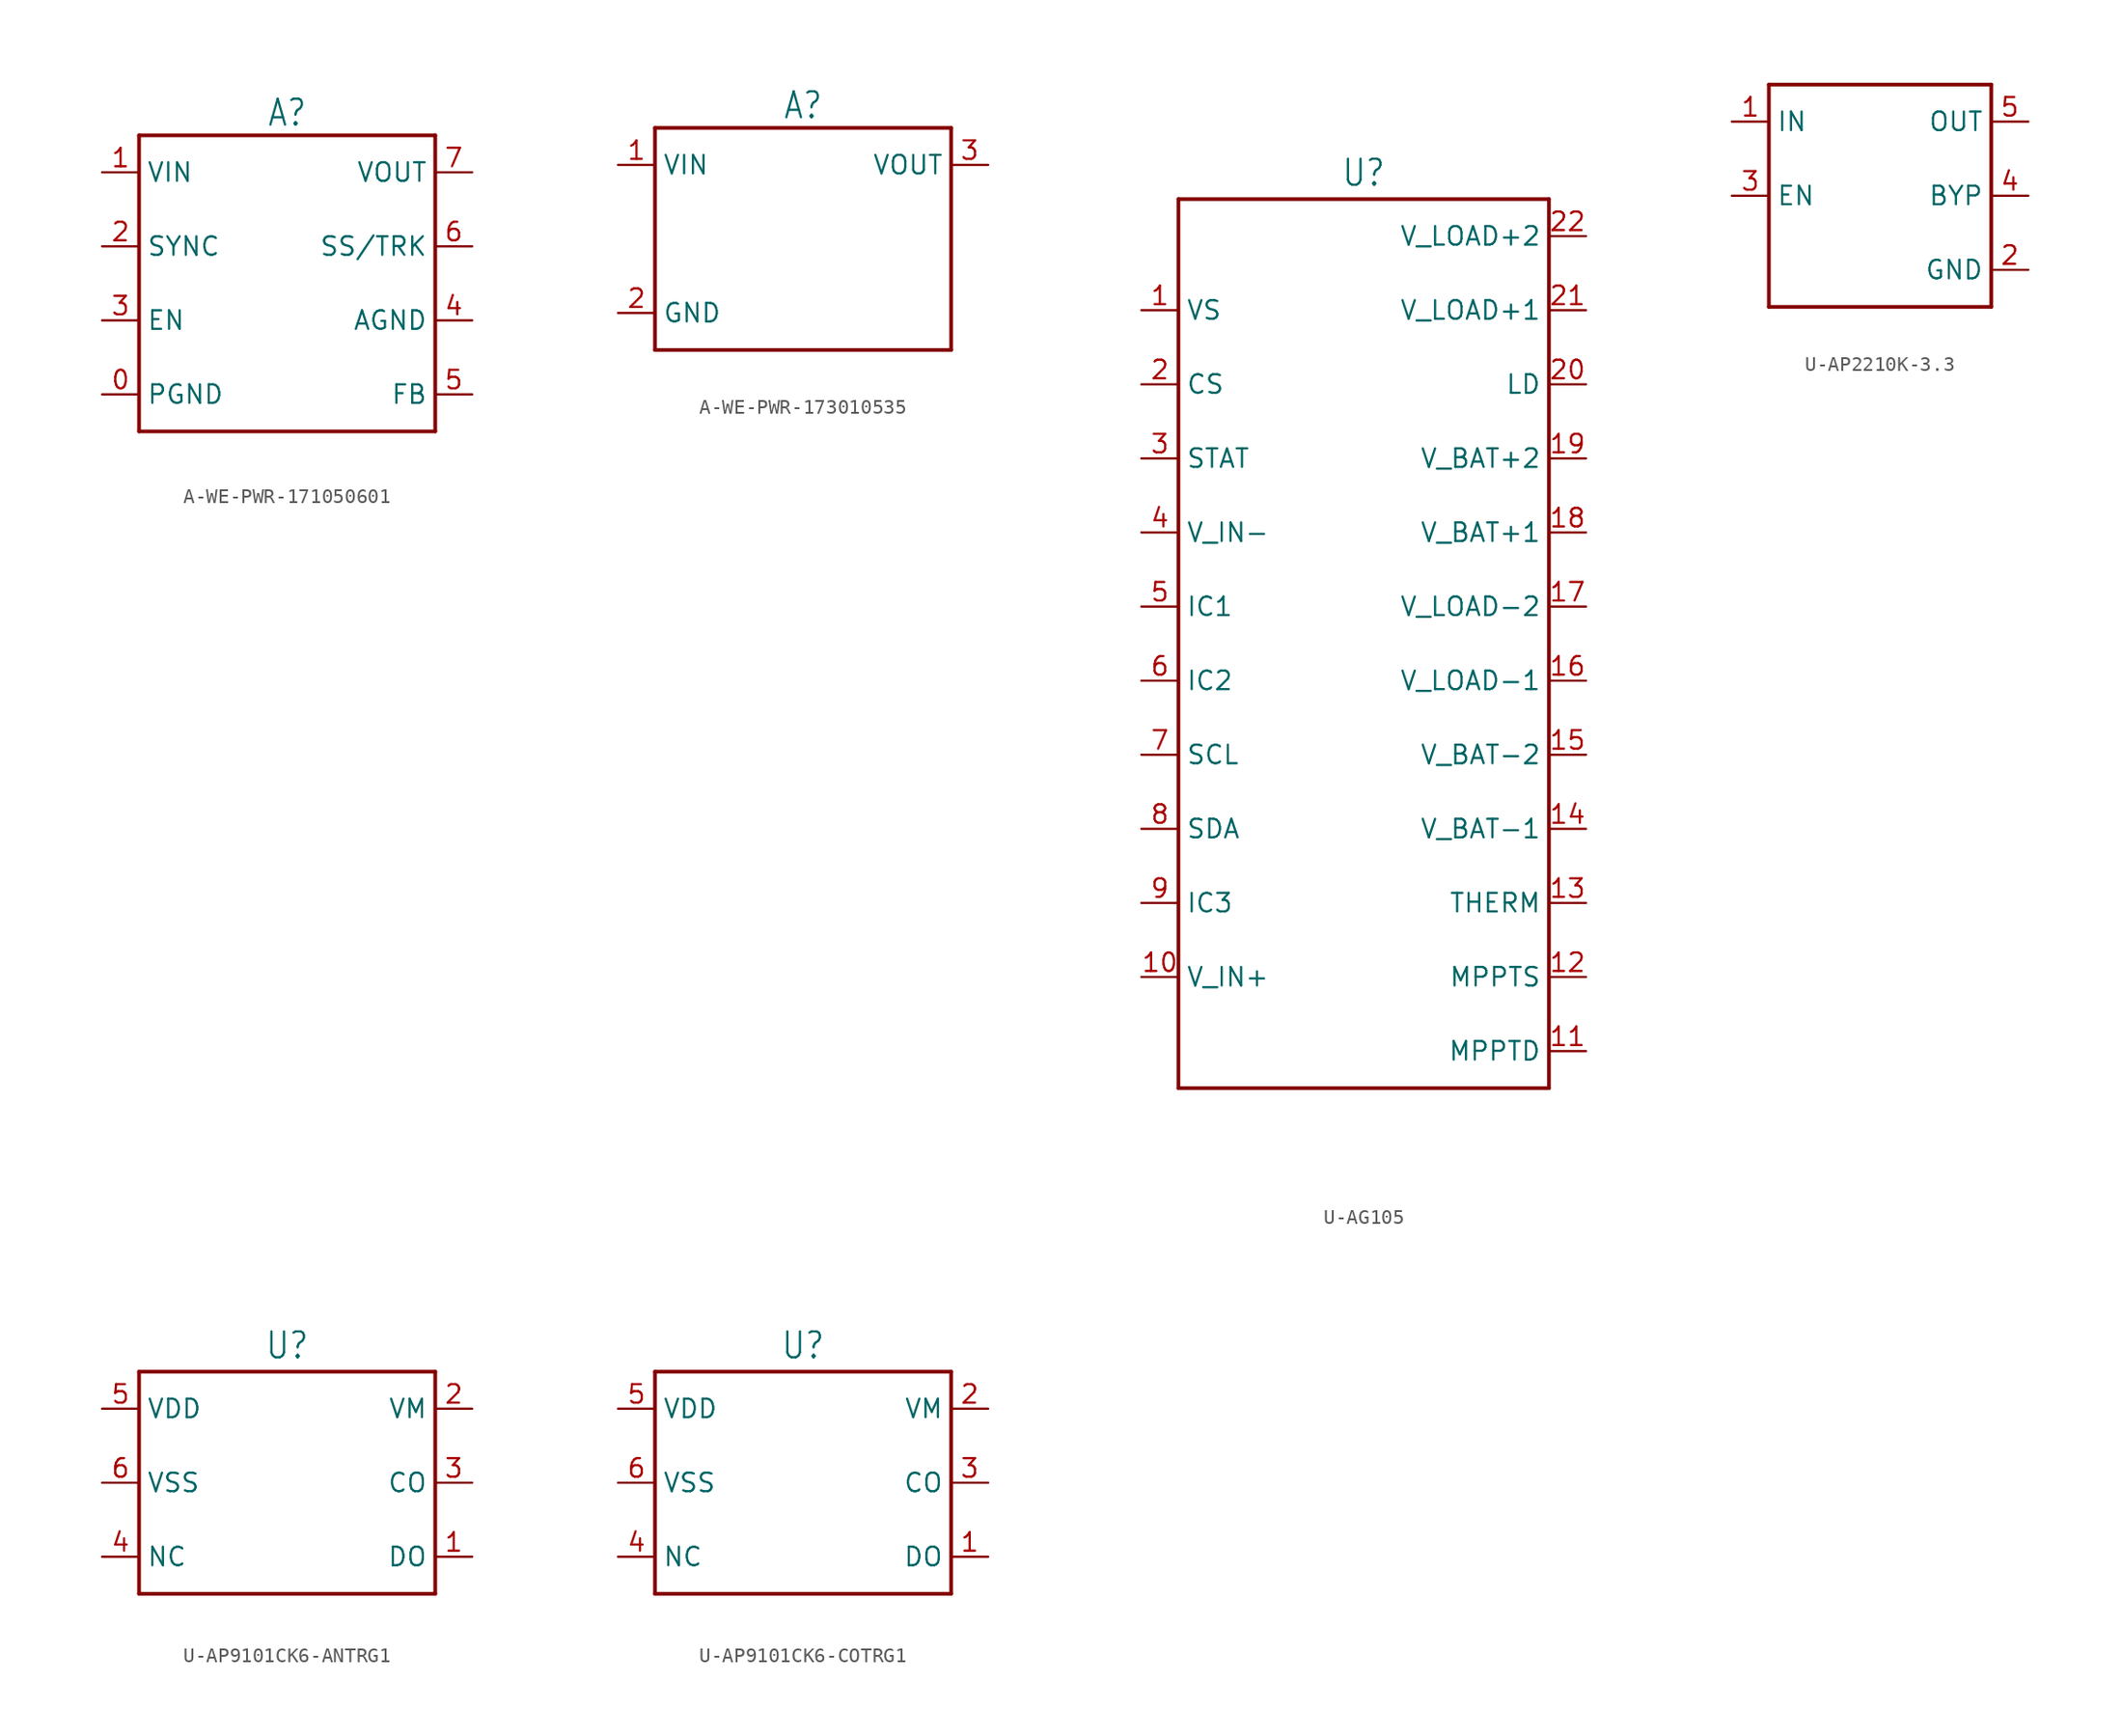
<source format=kicad_sym>
(kicad_symbol_lib
  (version 20231120)
  (generator "kicad_symbol_editor")
  (generator_version "8.0")
  (symbol "A-WE-PWR-171050601"
    (property "Reference" "A"
      (at 0 10.668 0)
      (effects (font (size 1.778 1.511)) (justify bottom)))
    (property "Value" ""
      (at 0 -10.668 0)
      (effects (font (size 1.778 1.511)) (justify top)))
    (property "ki_locked" ""
      (at 0 0 0)
      (effects (font (size 1.27 1.27))))
    (symbol "A-WE-PWR-171050601_1_0"
      (polyline (pts (xy -10.16 -10.16) (xy 10.16 -10.16)) (stroke (width 0.254) (type solid)) (fill (type none)))
      (polyline (pts (xy -10.16 10.16) (xy -10.16 -10.16)) (stroke (width 0.254) (type solid)) (fill (type none)))
      (polyline (pts (xy 10.16 -10.16) (xy 10.16 10.16)) (stroke (width 0.254) (type solid)) (fill (type none)))
      (polyline (pts (xy 10.16 10.16) (xy -10.16 10.16)) (stroke (width 0.254) (type solid)) (fill (type none)))
      (pin bidirectional line (at -12.7 -7.62 0) (length 2.54) (name "PGND" (effects (font (size 1.27 1.27)))) (number "0" (effects (font (size 1.27 1.27)))))
      (pin bidirectional line (at -12.7 7.62 0) (length 2.54) (name "VIN" (effects (font (size 1.27 1.27)))) (number "1" (effects (font (size 1.27 1.27)))))
      (pin bidirectional line (at -12.7 2.54 0) (length 2.54) (name "SYNC" (effects (font (size 1.27 1.27)))) (number "2" (effects (font (size 1.27 1.27)))))
      (pin bidirectional line (at -12.7 -2.54 0) (length 2.54) (name "EN" (effects (font (size 1.27 1.27)))) (number "3" (effects (font (size 1.27 1.27)))))
      (pin bidirectional line (at 12.7 -2.54 180) (length 2.54) (name "AGND" (effects (font (size 1.27 1.27)))) (number "4" (effects (font (size 1.27 1.27)))))
      (pin bidirectional line (at 12.7 -7.62 180) (length 2.54) (name "FB" (effects (font (size 1.27 1.27)))) (number "5" (effects (font (size 1.27 1.27)))))
      (pin bidirectional line (at 12.7 2.54 180) (length 2.54) (name "SS/TRK" (effects (font (size 1.27 1.27)))) (number "6" (effects (font (size 1.27 1.27)))))
      (pin bidirectional line (at 12.7 7.62 180) (length 2.54) (name "VOUT" (effects (font (size 1.27 1.27)))) (number "7" (effects (font (size 1.27 1.27)))))))
  (symbol "A-WE-PWR-173010535"
    (property "Reference" "A"
      (at 0 8.128 0)
      (effects (font (size 1.778 1.511)) (justify bottom)))
    (property "Value" ""
      (at 0 -8.128 0)
      (effects (font (size 1.778 1.511)) (justify top)))
    (property "ki_locked" ""
      (at 0 0 0)
      (effects (font (size 1.27 1.27))))
    (symbol "A-WE-PWR-173010535_1_0"
      (polyline (pts (xy -10.16 -7.62) (xy 10.16 -7.62)) (stroke (width 0.254) (type solid)) (fill (type none)))
      (polyline (pts (xy -10.16 7.62) (xy -10.16 -7.62)) (stroke (width 0.254) (type solid)) (fill (type none)))
      (polyline (pts (xy 10.16 -7.62) (xy 10.16 7.62)) (stroke (width 0.254) (type solid)) (fill (type none)))
      (polyline (pts (xy 10.16 7.62) (xy -10.16 7.62)) (stroke (width 0.254) (type solid)) (fill (type none)))
      (pin bidirectional line (at -12.7 5.08 0) (length 2.54) (name "VIN" (effects (font (size 1.27 1.27)))) (number "1" (effects (font (size 1.27 1.27)))))
      (pin bidirectional line (at -12.7 -5.08 0) (length 2.54) (name "GND" (effects (font (size 1.27 1.27)))) (number "2" (effects (font (size 1.27 1.27)))))
      (pin bidirectional line (at 12.7 5.08 180) (length 2.54) (name "VOUT" (effects (font (size 1.27 1.27)))) (number "3" (effects (font (size 1.27 1.27)))))))
  (symbol "U-AG105"
    (property "Reference" "U"
      (at 0 31.242 0)
      (effects (font (size 1.778 1.511)) (justify bottom)))
    (property "Value" ""
      (at 0 -31.242 0)
      (effects (font (size 1.778 1.511)) (justify top)))
    (property "ki_locked" ""
      (at 0 0 0)
      (effects (font (size 1.27 1.27))))
    (symbol "U-AG105_1_0"
      (polyline (pts (xy -12.7 -30.48) (xy -12.7 30.48)) (stroke (width 0.254) (type solid)) (fill (type none)))
      (polyline (pts (xy -12.7 30.48) (xy 12.7 30.48)) (stroke (width 0.254) (type solid)) (fill (type none)))
      (polyline (pts (xy 12.7 -30.48) (xy -12.7 -30.48)) (stroke (width 0.254) (type solid)) (fill (type none)))
      (polyline (pts (xy 12.7 30.48) (xy 12.7 -30.48)) (stroke (width 0.254) (type solid)) (fill (type none)))
      (pin passive line (at -15.24 22.86 0) (length 2.54) (name "VS" (effects (font (size 1.27 1.27)))) (number "1" (effects (font (size 1.27 1.27)))))
      (pin passive line (at -15.24 -22.86 0) (length 2.54) (name "V_IN+" (effects (font (size 1.27 1.27)))) (number "10" (effects (font (size 1.27 1.27)))))
      (pin passive line (at 15.24 -27.94 180) (length 2.54) (name "MPPTD" (effects (font (size 1.27 1.27)))) (number "11" (effects (font (size 1.27 1.27)))))
      (pin passive line (at 15.24 -22.86 180) (length 2.54) (name "MPPTS" (effects (font (size 1.27 1.27)))) (number "12" (effects (font (size 1.27 1.27)))))
      (pin passive line (at 15.24 -17.78 180) (length 2.54) (name "THERM" (effects (font (size 1.27 1.27)))) (number "13" (effects (font (size 1.27 1.27)))))
      (pin passive line (at 15.24 -12.7 180) (length 2.54) (name "V_BAT-1" (effects (font (size 1.27 1.27)))) (number "14" (effects (font (size 1.27 1.27)))))
      (pin passive line (at 15.24 -7.62 180) (length 2.54) (name "V_BAT-2" (effects (font (size 1.27 1.27)))) (number "15" (effects (font (size 1.27 1.27)))))
      (pin passive line (at 15.24 -2.54 180) (length 2.54) (name "V_LOAD-1" (effects (font (size 1.27 1.27)))) (number "16" (effects (font (size 1.27 1.27)))))
      (pin passive line (at 15.24 2.54 180) (length 2.54) (name "V_LOAD-2" (effects (font (size 1.27 1.27)))) (number "17" (effects (font (size 1.27 1.27)))))
      (pin passive line (at 15.24 7.62 180) (length 2.54) (name "V_BAT+1" (effects (font (size 1.27 1.27)))) (number "18" (effects (font (size 1.27 1.27)))))
      (pin passive line (at 15.24 12.7 180) (length 2.54) (name "V_BAT+2" (effects (font (size 1.27 1.27)))) (number "19" (effects (font (size 1.27 1.27)))))
      (pin passive line (at -15.24 17.78 0) (length 2.54) (name "CS" (effects (font (size 1.27 1.27)))) (number "2" (effects (font (size 1.27 1.27)))))
      (pin passive line (at 15.24 17.78 180) (length 2.54) (name "LD" (effects (font (size 1.27 1.27)))) (number "20" (effects (font (size 1.27 1.27)))))
      (pin passive line (at 15.24 22.86 180) (length 2.54) (name "V_LOAD+1" (effects (font (size 1.27 1.27)))) (number "21" (effects (font (size 1.27 1.27)))))
      (pin passive line (at 15.24 27.94 180) (length 2.54) (name "V_LOAD+2" (effects (font (size 1.27 1.27)))) (number "22" (effects (font (size 1.27 1.27)))))
      (pin passive line (at -15.24 12.7 0) (length 2.54) (name "STAT" (effects (font (size 1.27 1.27)))) (number "3" (effects (font (size 1.27 1.27)))))
      (pin passive line (at -15.24 7.62 0) (length 2.54) (name "V_IN-" (effects (font (size 1.27 1.27)))) (number "4" (effects (font (size 1.27 1.27)))))
      (pin passive line (at -15.24 2.54 0) (length 2.54) (name "IC1" (effects (font (size 1.27 1.27)))) (number "5" (effects (font (size 1.27 1.27)))))
      (pin passive line (at -15.24 -2.54 0) (length 2.54) (name "IC2" (effects (font (size 1.27 1.27)))) (number "6" (effects (font (size 1.27 1.27)))))
      (pin passive line (at -15.24 -7.62 0) (length 2.54) (name "SCL" (effects (font (size 1.27 1.27)))) (number "7" (effects (font (size 1.27 1.27)))))
      (pin passive line (at -15.24 -12.7 0) (length 2.54) (name "SDA" (effects (font (size 1.27 1.27)))) (number "8" (effects (font (size 1.27 1.27)))))
      (pin passive line (at -15.24 -17.78 0) (length 2.54) (name "IC3" (effects (font (size 1.27 1.27)))) (number "9" (effects (font (size 1.27 1.27)))))))
  (symbol "U-AP2210K-3.3"
    (property "Reference" ""
      (at 0 8.382 0)
      (effects (font (size 1.778 1.511)) (justify bottom) (hide yes)))
    (property "Value" ""
      (at 0 -8.382 0)
      (effects (font (size 1.778 1.511)) (justify top)))
    (property "ki_locked" ""
      (at 0 0 0)
      (effects (font (size 1.27 1.27))))
    (symbol "U-AP2210K-3.3_1_0"
      (polyline (pts (xy -7.62 -7.62) (xy -7.62 7.62)) (stroke (width 0.254) (type solid)) (fill (type none)))
      (polyline (pts (xy -7.62 7.62) (xy 7.62 7.62)) (stroke (width 0.254) (type solid)) (fill (type none)))
      (polyline (pts (xy 7.62 -7.62) (xy -7.62 -7.62)) (stroke (width 0.254) (type solid)) (fill (type none)))
      (polyline (pts (xy 7.62 7.62) (xy 7.62 -7.62)) (stroke (width 0.254) (type solid)) (fill (type none)))
      (pin passive line (at -10.16 5.08 0) (length 2.54) (name "IN" (effects (font (size 1.27 1.27)))) (number "1" (effects (font (size 1.27 1.27)))))
      (pin passive line (at 10.16 -5.08 180) (length 2.54) (name "GND" (effects (font (size 1.27 1.27)))) (number "2" (effects (font (size 1.27 1.27)))))
      (pin passive line (at -10.16 0 0) (length 2.54) (name "EN" (effects (font (size 1.27 1.27)))) (number "3" (effects (font (size 1.27 1.27)))))
      (pin passive line (at 10.16 0 180) (length 2.54) (name "BYP" (effects (font (size 1.27 1.27)))) (number "4" (effects (font (size 1.27 1.27)))))
      (pin passive line (at 10.16 5.08 180) (length 2.54) (name "OUT" (effects (font (size 1.27 1.27)))) (number "5" (effects (font (size 1.27 1.27)))))))
  (symbol "U-AP9101CK6-ANTRG1"
    (property "Reference" "U"
      (at 0 8.382 0)
      (effects (font (size 1.778 1.511)) (justify bottom)))
    (property "Value" ""
      (at 0 -8.382 0)
      (effects (font (size 1.778 1.511)) (justify top)))
    (property "ki_locked" ""
      (at 0 0 0)
      (effects (font (size 1.27 1.27))))
    (symbol "U-AP9101CK6-ANTRG1_1_0"
      (polyline (pts (xy -10.16 -7.62) (xy -10.16 7.62)) (stroke (width 0.254) (type solid)) (fill (type none)))
      (polyline (pts (xy -10.16 7.62) (xy 10.16 7.62)) (stroke (width 0.254) (type solid)) (fill (type none)))
      (polyline (pts (xy 10.16 -7.62) (xy -10.16 -7.62)) (stroke (width 0.254) (type solid)) (fill (type none)))
      (polyline (pts (xy 10.16 7.62) (xy 10.16 -7.62)) (stroke (width 0.254) (type solid)) (fill (type none)))
      (pin passive line (at 12.7 -5.08 180) (length 2.54) (name "DO" (effects (font (size 1.27 1.27)))) (number "1" (effects (font (size 1.27 1.27)))))
      (pin passive line (at 12.7 5.08 180) (length 2.54) (name "VM" (effects (font (size 1.27 1.27)))) (number "2" (effects (font (size 1.27 1.27)))))
      (pin passive line (at 12.7 0 180) (length 2.54) (name "CO" (effects (font (size 1.27 1.27)))) (number "3" (effects (font (size 1.27 1.27)))))
      (pin passive line (at -12.7 -5.08 0) (length 2.54) (name "NC" (effects (font (size 1.27 1.27)))) (number "4" (effects (font (size 1.27 1.27)))))
      (pin passive line (at -12.7 5.08 0) (length 2.54) (name "VDD" (effects (font (size 1.27 1.27)))) (number "5" (effects (font (size 1.27 1.27)))))
      (pin passive line (at -12.7 0 0) (length 2.54) (name "VSS" (effects (font (size 1.27 1.27)))) (number "6" (effects (font (size 1.27 1.27)))))))
  (symbol "U-AP9101CK6-COTRG1"
    (property "Reference" "U"
      (at 0 8.382 0)
      (effects (font (size 1.778 1.511)) (justify bottom)))
    (property "Value" ""
      (at 0 -8.382 0)
      (effects (font (size 1.778 1.511)) (justify top)))
    (property "ki_locked" ""
      (at 0 0 0)
      (effects (font (size 1.27 1.27))))
    (symbol "U-AP9101CK6-COTRG1_1_0"
      (polyline (pts (xy -10.16 -7.62) (xy -10.16 7.62)) (stroke (width 0.254) (type solid)) (fill (type none)))
      (polyline (pts (xy -10.16 7.62) (xy 10.16 7.62)) (stroke (width 0.254) (type solid)) (fill (type none)))
      (polyline (pts (xy 10.16 -7.62) (xy -10.16 -7.62)) (stroke (width 0.254) (type solid)) (fill (type none)))
      (polyline (pts (xy 10.16 7.62) (xy 10.16 -7.62)) (stroke (width 0.254) (type solid)) (fill (type none)))
      (pin passive line (at 12.7 -5.08 180) (length 2.54) (name "DO" (effects (font (size 1.27 1.27)))) (number "1" (effects (font (size 1.27 1.27)))))
      (pin passive line (at 12.7 5.08 180) (length 2.54) (name "VM" (effects (font (size 1.27 1.27)))) (number "2" (effects (font (size 1.27 1.27)))))
      (pin passive line (at 12.7 0 180) (length 2.54) (name "CO" (effects (font (size 1.27 1.27)))) (number "3" (effects (font (size 1.27 1.27)))))
      (pin passive line (at -12.7 -5.08 0) (length 2.54) (name "NC" (effects (font (size 1.27 1.27)))) (number "4" (effects (font (size 1.27 1.27)))))
      (pin passive line (at -12.7 5.08 0) (length 2.54) (name "VDD" (effects (font (size 1.27 1.27)))) (number "5" (effects (font (size 1.27 1.27)))))
      (pin passive line (at -12.7 0 0) (length 2.54) (name "VSS" (effects (font (size 1.27 1.27)))) (number "6" (effects (font (size 1.27 1.27))))))))
</source>
